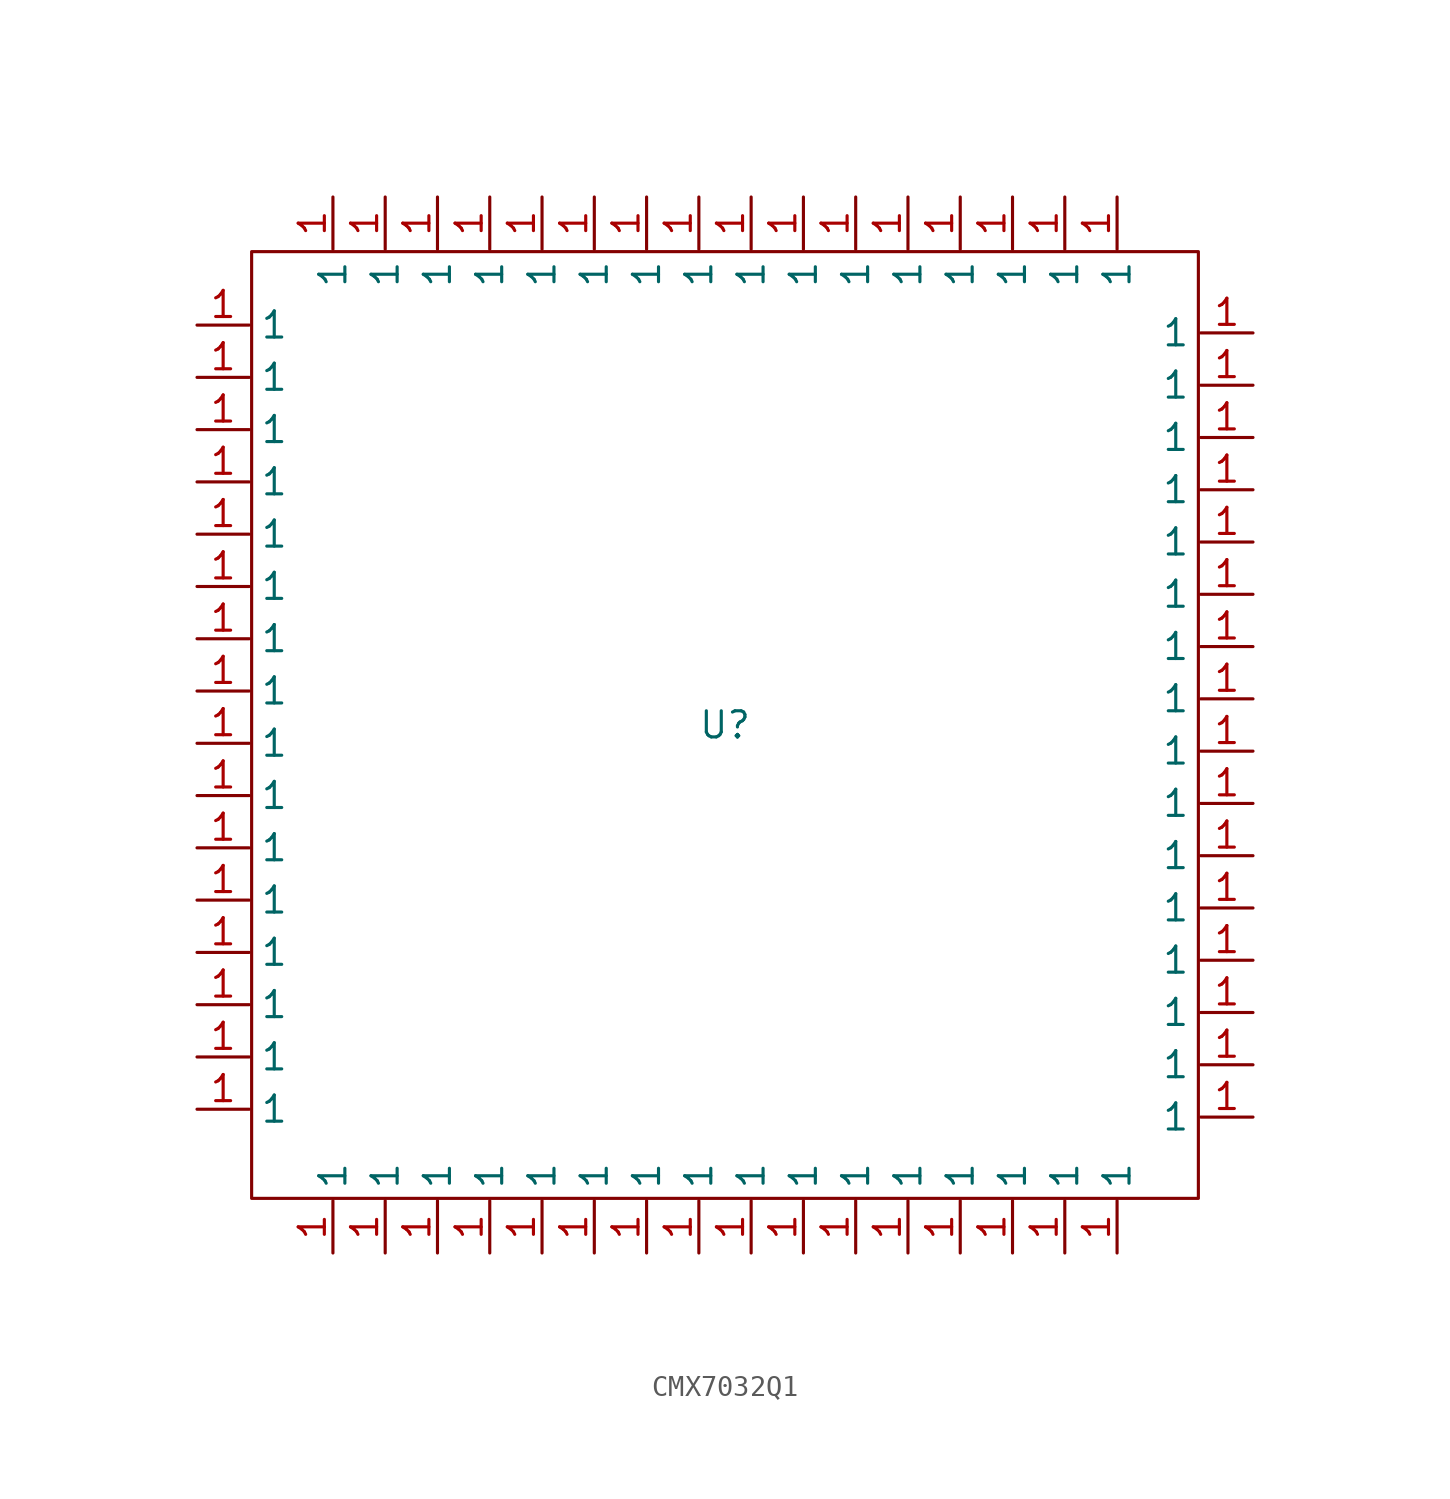
<source format=kicad_sym>
(kicad_symbol_lib
  (version 20231120)
  (generator "kicad_symbol_editor")
  (generator_version "8.0")
  (symbol "CMX7032Q1"
    (property "Reference" "U"
      (at 0 0 0)
      (effects (font (size 1.27 1.27))))
    (property "Value" ""
      (at 0 0 0)
      (effects (font (size 1.27 1.27))))
    (symbol "CMX7032Q1_0_1"
      (rectangle (start -23 23) (end 23 -23) (stroke (width 0) (type default)) (fill (type none))))
    (symbol "CMX7032Q1_1_1"
      (pin bidirectional line (at -25.654 -18.669 0) (length 2.54) (name "1" (effects (font (size 1.27 1.27)))) (number "1" (effects (font (size 1.27 1.27)))))
      (pin bidirectional line (at -25.654 -16.129 0) (length 2.54) (name "1" (effects (font (size 1.27 1.27)))) (number "1" (effects (font (size 1.27 1.27)))))
      (pin bidirectional line (at -25.654 -13.589 0) (length 2.54) (name "1" (effects (font (size 1.27 1.27)))) (number "1" (effects (font (size 1.27 1.27)))))
      (pin bidirectional line (at -25.654 -11.049 0) (length 2.54) (name "1" (effects (font (size 1.27 1.27)))) (number "1" (effects (font (size 1.27 1.27)))))
      (pin bidirectional line (at -25.654 -8.509 0) (length 2.54) (name "1" (effects (font (size 1.27 1.27)))) (number "1" (effects (font (size 1.27 1.27)))))
      (pin bidirectional line (at -25.654 -5.969 0) (length 2.54) (name "1" (effects (font (size 1.27 1.27)))) (number "1" (effects (font (size 1.27 1.27)))))
      (pin bidirectional line (at -25.654 -3.429 0) (length 2.54) (name "1" (effects (font (size 1.27 1.27)))) (number "1" (effects (font (size 1.27 1.27)))))
      (pin bidirectional line (at -25.654 -0.889 0) (length 2.54) (name "1" (effects (font (size 1.27 1.27)))) (number "1" (effects (font (size 1.27 1.27)))))
      (pin bidirectional line (at -25.654 1.651 0) (length 2.54) (name "1" (effects (font (size 1.27 1.27)))) (number "1" (effects (font (size 1.27 1.27)))))
      (pin bidirectional line (at -25.654 4.191 0) (length 2.54) (name "1" (effects (font (size 1.27 1.27)))) (number "1" (effects (font (size 1.27 1.27)))))
      (pin bidirectional line (at -25.654 6.731 0) (length 2.54) (name "1" (effects (font (size 1.27 1.27)))) (number "1" (effects (font (size 1.27 1.27)))))
      (pin bidirectional line (at -25.654 9.271 0) (length 2.54) (name "1" (effects (font (size 1.27 1.27)))) (number "1" (effects (font (size 1.27 1.27)))))
      (pin bidirectional line (at -25.654 11.811 0) (length 2.54) (name "1" (effects (font (size 1.27 1.27)))) (number "1" (effects (font (size 1.27 1.27)))))
      (pin bidirectional line (at -25.654 14.351 0) (length 2.54) (name "1" (effects (font (size 1.27 1.27)))) (number "1" (effects (font (size 1.27 1.27)))))
      (pin bidirectional line (at -25.654 16.891 0) (length 2.54) (name "1" (effects (font (size 1.27 1.27)))) (number "1" (effects (font (size 1.27 1.27)))))
      (pin bidirectional line (at -25.654 19.431 0) (length 2.54) (name "1" (effects (font (size 1.27 1.27)))) (number "1" (effects (font (size 1.27 1.27)))))
      (pin bidirectional line (at -19.05 -25.654 90) (length 2.54) (name "1" (effects (font (size 1.27 1.27)))) (number "1" (effects (font (size 1.27 1.27)))))
      (pin bidirectional line (at -19.05 25.654 270) (length 2.54) (name "1" (effects (font (size 1.27 1.27)))) (number "1" (effects (font (size 1.27 1.27)))))
      (pin bidirectional line (at -16.51 -25.654 90) (length 2.54) (name "1" (effects (font (size 1.27 1.27)))) (number "1" (effects (font (size 1.27 1.27)))))
      (pin bidirectional line (at -16.51 25.654 270) (length 2.54) (name "1" (effects (font (size 1.27 1.27)))) (number "1" (effects (font (size 1.27 1.27)))))
      (pin bidirectional line (at -13.97 -25.654 90) (length 2.54) (name "1" (effects (font (size 1.27 1.27)))) (number "1" (effects (font (size 1.27 1.27)))))
      (pin bidirectional line (at -13.97 25.654 270) (length 2.54) (name "1" (effects (font (size 1.27 1.27)))) (number "1" (effects (font (size 1.27 1.27)))))
      (pin bidirectional line (at -11.43 -25.654 90) (length 2.54) (name "1" (effects (font (size 1.27 1.27)))) (number "1" (effects (font (size 1.27 1.27)))))
      (pin bidirectional line (at -11.43 25.654 270) (length 2.54) (name "1" (effects (font (size 1.27 1.27)))) (number "1" (effects (font (size 1.27 1.27)))))
      (pin bidirectional line (at -8.89 -25.654 90) (length 2.54) (name "1" (effects (font (size 1.27 1.27)))) (number "1" (effects (font (size 1.27 1.27)))))
      (pin bidirectional line (at -8.89 25.654 270) (length 2.54) (name "1" (effects (font (size 1.27 1.27)))) (number "1" (effects (font (size 1.27 1.27)))))
      (pin bidirectional line (at -6.35 -25.654 90) (length 2.54) (name "1" (effects (font (size 1.27 1.27)))) (number "1" (effects (font (size 1.27 1.27)))))
      (pin bidirectional line (at -6.35 25.654 270) (length 2.54) (name "1" (effects (font (size 1.27 1.27)))) (number "1" (effects (font (size 1.27 1.27)))))
      (pin bidirectional line (at -3.81 -25.654 90) (length 2.54) (name "1" (effects (font (size 1.27 1.27)))) (number "1" (effects (font (size 1.27 1.27)))))
      (pin bidirectional line (at -3.81 25.654 270) (length 2.54) (name "1" (effects (font (size 1.27 1.27)))) (number "1" (effects (font (size 1.27 1.27)))))
      (pin bidirectional line (at -1.27 -25.654 90) (length 2.54) (name "1" (effects (font (size 1.27 1.27)))) (number "1" (effects (font (size 1.27 1.27)))))
      (pin bidirectional line (at -1.27 25.654 270) (length 2.54) (name "1" (effects (font (size 1.27 1.27)))) (number "1" (effects (font (size 1.27 1.27)))))
      (pin bidirectional line (at 1.27 -25.654 90) (length 2.54) (name "1" (effects (font (size 1.27 1.27)))) (number "1" (effects (font (size 1.27 1.27)))))
      (pin bidirectional line (at 1.27 25.654 270) (length 2.54) (name "1" (effects (font (size 1.27 1.27)))) (number "1" (effects (font (size 1.27 1.27)))))
      (pin bidirectional line (at 3.81 -25.654 90) (length 2.54) (name "1" (effects (font (size 1.27 1.27)))) (number "1" (effects (font (size 1.27 1.27)))))
      (pin bidirectional line (at 3.81 25.654 270) (length 2.54) (name "1" (effects (font (size 1.27 1.27)))) (number "1" (effects (font (size 1.27 1.27)))))
      (pin bidirectional line (at 6.35 -25.654 90) (length 2.54) (name "1" (effects (font (size 1.27 1.27)))) (number "1" (effects (font (size 1.27 1.27)))))
      (pin bidirectional line (at 6.35 25.654 270) (length 2.54) (name "1" (effects (font (size 1.27 1.27)))) (number "1" (effects (font (size 1.27 1.27)))))
      (pin bidirectional line (at 8.89 -25.654 90) (length 2.54) (name "1" (effects (font (size 1.27 1.27)))) (number "1" (effects (font (size 1.27 1.27)))))
      (pin bidirectional line (at 8.89 25.654 270) (length 2.54) (name "1" (effects (font (size 1.27 1.27)))) (number "1" (effects (font (size 1.27 1.27)))))
      (pin bidirectional line (at 11.43 -25.654 90) (length 2.54) (name "1" (effects (font (size 1.27 1.27)))) (number "1" (effects (font (size 1.27 1.27)))))
      (pin bidirectional line (at 11.43 25.654 270) (length 2.54) (name "1" (effects (font (size 1.27 1.27)))) (number "1" (effects (font (size 1.27 1.27)))))
      (pin bidirectional line (at 13.97 -25.654 90) (length 2.54) (name "1" (effects (font (size 1.27 1.27)))) (number "1" (effects (font (size 1.27 1.27)))))
      (pin bidirectional line (at 13.97 25.654 270) (length 2.54) (name "1" (effects (font (size 1.27 1.27)))) (number "1" (effects (font (size 1.27 1.27)))))
      (pin bidirectional line (at 16.51 -25.654 90) (length 2.54) (name "1" (effects (font (size 1.27 1.27)))) (number "1" (effects (font (size 1.27 1.27)))))
      (pin bidirectional line (at 16.51 25.654 270) (length 2.54) (name "1" (effects (font (size 1.27 1.27)))) (number "1" (effects (font (size 1.27 1.27)))))
      (pin bidirectional line (at 19.05 -25.654 90) (length 2.54) (name "1" (effects (font (size 1.27 1.27)))) (number "1" (effects (font (size 1.27 1.27)))))
      (pin bidirectional line (at 19.05 25.654 270) (length 2.54) (name "1" (effects (font (size 1.27 1.27)))) (number "1" (effects (font (size 1.27 1.27)))))
      (pin bidirectional line (at 25.654 -19.05 180) (length 2.54) (name "1" (effects (font (size 1.27 1.27)))) (number "1" (effects (font (size 1.27 1.27)))))
      (pin bidirectional line (at 25.654 -16.51 180) (length 2.54) (name "1" (effects (font (size 1.27 1.27)))) (number "1" (effects (font (size 1.27 1.27)))))
      (pin bidirectional line (at 25.654 -13.97 180) (length 2.54) (name "1" (effects (font (size 1.27 1.27)))) (number "1" (effects (font (size 1.27 1.27)))))
      (pin bidirectional line (at 25.654 -11.43 180) (length 2.54) (name "1" (effects (font (size 1.27 1.27)))) (number "1" (effects (font (size 1.27 1.27)))))
      (pin bidirectional line (at 25.654 -8.89 180) (length 2.54) (name "1" (effects (font (size 1.27 1.27)))) (number "1" (effects (font (size 1.27 1.27)))))
      (pin bidirectional line (at 25.654 -6.35 180) (length 2.54) (name "1" (effects (font (size 1.27 1.27)))) (number "1" (effects (font (size 1.27 1.27)))))
      (pin bidirectional line (at 25.654 -3.81 180) (length 2.54) (name "1" (effects (font (size 1.27 1.27)))) (number "1" (effects (font (size 1.27 1.27)))))
      (pin bidirectional line (at 25.654 -1.27 180) (length 2.54) (name "1" (effects (font (size 1.27 1.27)))) (number "1" (effects (font (size 1.27 1.27)))))
      (pin bidirectional line (at 25.654 1.27 180) (length 2.54) (name "1" (effects (font (size 1.27 1.27)))) (number "1" (effects (font (size 1.27 1.27)))))
      (pin bidirectional line (at 25.654 3.81 180) (length 2.54) (name "1" (effects (font (size 1.27 1.27)))) (number "1" (effects (font (size 1.27 1.27)))))
      (pin bidirectional line (at 25.654 6.35 180) (length 2.54) (name "1" (effects (font (size 1.27 1.27)))) (number "1" (effects (font (size 1.27 1.27)))))
      (pin bidirectional line (at 25.654 8.89 180) (length 2.54) (name "1" (effects (font (size 1.27 1.27)))) (number "1" (effects (font (size 1.27 1.27)))))
      (pin bidirectional line (at 25.654 11.43 180) (length 2.54) (name "1" (effects (font (size 1.27 1.27)))) (number "1" (effects (font (size 1.27 1.27)))))
      (pin bidirectional line (at 25.654 13.97 180) (length 2.54) (name "1" (effects (font (size 1.27 1.27)))) (number "1" (effects (font (size 1.27 1.27)))))
      (pin bidirectional line (at 25.654 16.51 180) (length 2.54) (name "1" (effects (font (size 1.27 1.27)))) (number "1" (effects (font (size 1.27 1.27)))))
      (pin bidirectional line (at 25.654 19.05 180) (length 2.54) (name "1" (effects (font (size 1.27 1.27)))) (number "1" (effects (font (size 1.27 1.27))))))))
</source>
